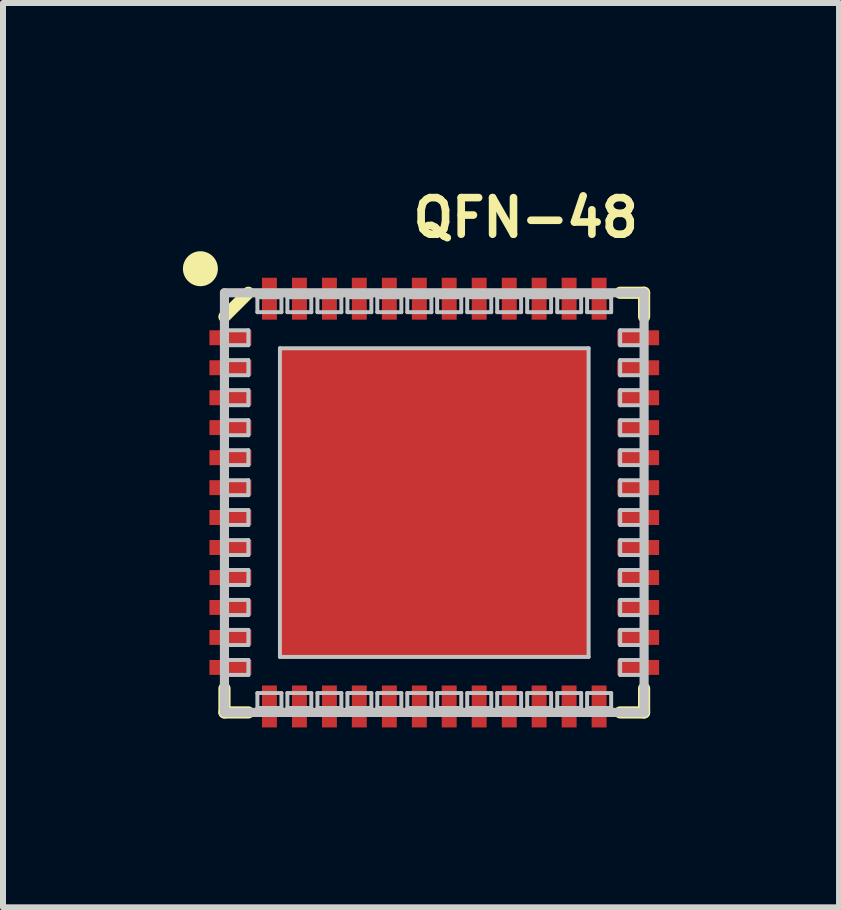
<source format=kicad_pcb>
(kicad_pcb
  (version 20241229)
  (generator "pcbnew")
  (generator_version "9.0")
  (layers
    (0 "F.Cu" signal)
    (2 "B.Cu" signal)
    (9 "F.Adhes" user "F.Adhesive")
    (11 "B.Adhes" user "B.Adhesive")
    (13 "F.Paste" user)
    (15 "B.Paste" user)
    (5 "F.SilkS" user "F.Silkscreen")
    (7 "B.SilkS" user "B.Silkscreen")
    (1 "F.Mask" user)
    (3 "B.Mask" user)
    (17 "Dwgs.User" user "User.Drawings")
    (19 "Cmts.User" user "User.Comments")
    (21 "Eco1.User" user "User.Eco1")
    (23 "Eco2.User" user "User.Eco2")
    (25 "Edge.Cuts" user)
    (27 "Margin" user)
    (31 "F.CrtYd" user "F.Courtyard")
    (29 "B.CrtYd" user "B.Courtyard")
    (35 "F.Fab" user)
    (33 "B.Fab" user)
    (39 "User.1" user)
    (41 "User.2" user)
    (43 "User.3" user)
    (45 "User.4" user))
  (footprint "QFN-48"
    (layer "F.Cu")
    (at 4.19 5.329)
    (property "Reference" "QFN-48" (at 1.524 -4.75 0) (layer "F.SilkS") (effects (font (size 0.61 0.61) (thickness 0.127))))
    (attr smd)
    (fp_line (start -3.498 -3.099) (end -3.099 -3.498) (stroke (width 0.203) (type solid)) (layer "F.SilkS"))
    (fp_line (start -3.498 3.498) (end -3.498 3.099) (stroke (width 0.203) (type solid)) (layer "F.SilkS"))
    (fp_line (start -3.099 3.498) (end -3.498 3.498) (stroke (width 0.203) (type solid)) (layer "F.SilkS"))
    (fp_line (start 3.099 -3.498) (end 3.498 -3.498) (stroke (width 0.203) (type solid)) (layer "F.SilkS"))
    (fp_line (start 3.498 -3.498) (end 3.498 -3.099) (stroke (width 0.203) (type solid)) (layer "F.SilkS"))
    (fp_line (start 3.498 3.099) (end 3.498 3.498) (stroke (width 0.203) (type solid)) (layer "F.SilkS"))
    (fp_line (start 3.498 3.498) (end 3.099 3.498) (stroke (width 0.203) (type solid)) (layer "F.SilkS"))
    (fp_circle (center -3.899 -3.899) (end -4.105 -4.105) (stroke (width 0) (type solid)) (fill yes) (layer "F.SilkS"))
    (fp_line (start -3.498 -3.498) (end -3.498 3.498) (stroke (width 0.152) (type solid)) (layer "Dwgs.User"))
    (fp_line (start -3.498 -2.873) (end -3.099 -2.873) (stroke (width 0.066) (type solid)) (layer "Dwgs.User"))
    (fp_line (start -3.498 -2.624) (end -3.498 -2.873) (stroke (width 0.066) (type solid)) (layer "Dwgs.User"))
    (fp_line (start -3.498 -2.624) (end -3.099 -2.624) (stroke (width 0.066) (type solid)) (layer "Dwgs.User"))
    (fp_line (start -3.498 -2.375) (end -3.099 -2.375) (stroke (width 0.066) (type solid)) (layer "Dwgs.User"))
    (fp_line (start -3.498 -2.123) (end -3.498 -2.375) (stroke (width 0.066) (type solid)) (layer "Dwgs.User"))
    (fp_line (start -3.498 -2.123) (end -3.099 -2.123) (stroke (width 0.066) (type solid)) (layer "Dwgs.User"))
    (fp_line (start -3.498 -1.875) (end -3.099 -1.875) (stroke (width 0.066) (type solid)) (layer "Dwgs.User"))
    (fp_line (start -3.498 -1.623) (end -3.498 -1.875) (stroke (width 0.066) (type solid)) (layer "Dwgs.User"))
    (fp_line (start -3.498 -1.623) (end -3.099 -1.623) (stroke (width 0.066) (type solid)) (layer "Dwgs.User"))
    (fp_line (start -3.498 -1.374) (end -3.099 -1.374) (stroke (width 0.066) (type solid)) (layer "Dwgs.User"))
    (fp_line (start -3.498 -1.123) (end -3.498 -1.374) (stroke (width 0.066) (type solid)) (layer "Dwgs.User"))
    (fp_line (start -3.498 -1.123) (end -3.099 -1.123) (stroke (width 0.066) (type solid)) (layer "Dwgs.User"))
    (fp_line (start -3.498 -0.874) (end -3.099 -0.874) (stroke (width 0.066) (type solid)) (layer "Dwgs.User"))
    (fp_line (start -3.498 -0.625) (end -3.498 -0.874) (stroke (width 0.066) (type solid)) (layer "Dwgs.User"))
    (fp_line (start -3.498 -0.625) (end -3.099 -0.625) (stroke (width 0.066) (type solid)) (layer "Dwgs.User"))
    (fp_line (start -3.498 -0.373) (end -3.099 -0.373) (stroke (width 0.066) (type solid)) (layer "Dwgs.User"))
    (fp_line (start -3.498 -0.124) (end -3.498 -0.373) (stroke (width 0.066) (type solid)) (layer "Dwgs.User"))
    (fp_line (start -3.498 -0.124) (end -3.099 -0.124) (stroke (width 0.066) (type solid)) (layer "Dwgs.User"))
    (fp_line (start -3.498 0.124) (end -3.099 0.124) (stroke (width 0.066) (type solid)) (layer "Dwgs.User"))
    (fp_line (start -3.498 0.373) (end -3.498 0.124) (stroke (width 0.066) (type solid)) (layer "Dwgs.User"))
    (fp_line (start -3.498 0.373) (end -3.099 0.373) (stroke (width 0.066) (type solid)) (layer "Dwgs.User"))
    (fp_line (start -3.498 0.625) (end -3.099 0.625) (stroke (width 0.066) (type solid)) (layer "Dwgs.User"))
    (fp_line (start -3.498 0.874) (end -3.498 0.625) (stroke (width 0.066) (type solid)) (layer "Dwgs.User"))
    (fp_line (start -3.498 0.874) (end -3.099 0.874) (stroke (width 0.066) (type solid)) (layer "Dwgs.User"))
    (fp_line (start -3.498 1.123) (end -3.099 1.123) (stroke (width 0.066) (type solid)) (layer "Dwgs.User"))
    (fp_line (start -3.498 1.374) (end -3.498 1.123) (stroke (width 0.066) (type solid)) (layer "Dwgs.User"))
    (fp_line (start -3.498 1.374) (end -3.099 1.374) (stroke (width 0.066) (type solid)) (layer "Dwgs.User"))
    (fp_line (start -3.498 1.623) (end -3.099 1.623) (stroke (width 0.066) (type solid)) (layer "Dwgs.User"))
    (fp_line (start -3.498 1.875) (end -3.498 1.623) (stroke (width 0.066) (type solid)) (layer "Dwgs.User"))
    (fp_line (start -3.498 1.875) (end -3.099 1.875) (stroke (width 0.066) (type solid)) (layer "Dwgs.User"))
    (fp_line (start -3.498 2.123) (end -3.099 2.123) (stroke (width 0.066) (type solid)) (layer "Dwgs.User"))
    (fp_line (start -3.498 2.375) (end -3.498 2.123) (stroke (width 0.066) (type solid)) (layer "Dwgs.User"))
    (fp_line (start -3.498 2.375) (end -3.099 2.375) (stroke (width 0.066) (type solid)) (layer "Dwgs.User"))
    (fp_line (start -3.498 2.624) (end -3.099 2.624) (stroke (width 0.066) (type solid)) (layer "Dwgs.User"))
    (fp_line (start -3.498 2.873) (end -3.498 2.624) (stroke (width 0.066) (type solid)) (layer "Dwgs.User"))
    (fp_line (start -3.498 2.873) (end -3.099 2.873) (stroke (width 0.066) (type solid)) (layer "Dwgs.User"))
    (fp_line (start -3.498 3.498) (end 3.498 3.498) (stroke (width 0.152) (type solid)) (layer "Dwgs.User"))
    (fp_line (start -3.099 -2.624) (end -3.099 -2.873) (stroke (width 0.066) (type solid)) (layer "Dwgs.User"))
    (fp_line (start -3.099 -2.123) (end -3.099 -2.375) (stroke (width 0.066) (type solid)) (layer "Dwgs.User"))
    (fp_line (start -3.099 -1.623) (end -3.099 -1.875) (stroke (width 0.066) (type solid)) (layer "Dwgs.User"))
    (fp_line (start -3.099 -1.123) (end -3.099 -1.374) (stroke (width 0.066) (type solid)) (layer "Dwgs.User"))
    (fp_line (start -3.099 -0.625) (end -3.099 -0.874) (stroke (width 0.066) (type solid)) (layer "Dwgs.User"))
    (fp_line (start -3.099 -0.124) (end -3.099 -0.373) (stroke (width 0.066) (type solid)) (layer "Dwgs.User"))
    (fp_line (start -3.099 0.373) (end -3.099 0.124) (stroke (width 0.066) (type solid)) (layer "Dwgs.User"))
    (fp_line (start -3.099 0.874) (end -3.099 0.625) (stroke (width 0.066) (type solid)) (layer "Dwgs.User"))
    (fp_line (start -3.099 1.374) (end -3.099 1.123) (stroke (width 0.066) (type solid)) (layer "Dwgs.User"))
    (fp_line (start -3.099 1.875) (end -3.099 1.623) (stroke (width 0.066) (type solid)) (layer "Dwgs.User"))
    (fp_line (start -3.099 2.375) (end -3.099 2.123) (stroke (width 0.066) (type solid)) (layer "Dwgs.User"))
    (fp_line (start -3.099 2.873) (end -3.099 2.624) (stroke (width 0.066) (type solid)) (layer "Dwgs.User"))
    (fp_line (start -2.949 -3.424) (end -2.548 -3.424) (stroke (width 0.066) (type solid)) (layer "Dwgs.User"))
    (fp_line (start -2.949 -3.175) (end -2.949 -3.424) (stroke (width 0.066) (type solid)) (layer "Dwgs.User"))
    (fp_line (start -2.949 -3.175) (end -2.548 -3.175) (stroke (width 0.066) (type solid)) (layer "Dwgs.User"))
    (fp_line (start -2.949 3.175) (end -2.548 3.175) (stroke (width 0.066) (type solid)) (layer "Dwgs.User"))
    (fp_line (start -2.949 3.424) (end -2.949 3.175) (stroke (width 0.066) (type solid)) (layer "Dwgs.User"))
    (fp_line (start -2.949 3.424) (end -2.548 3.424) (stroke (width 0.066) (type solid)) (layer "Dwgs.User"))
    (fp_line (start -2.573 -2.573) (end 2.573 -2.573) (stroke (width 0.066) (type solid)) (layer "Dwgs.User"))
    (fp_line (start -2.573 2.573) (end -2.573 -2.573) (stroke (width 0.066) (type solid)) (layer "Dwgs.User"))
    (fp_line (start -2.573 2.573) (end 2.573 2.573) (stroke (width 0.066) (type solid)) (layer "Dwgs.User"))
    (fp_line (start -2.548 -3.175) (end -2.548 -3.424) (stroke (width 0.066) (type solid)) (layer "Dwgs.User"))
    (fp_line (start -2.548 3.424) (end -2.548 3.175) (stroke (width 0.066) (type solid)) (layer "Dwgs.User"))
    (fp_line (start -2.449 -3.424) (end -2.05 -3.424) (stroke (width 0.066) (type solid)) (layer "Dwgs.User"))
    (fp_line (start -2.449 -3.175) (end -2.449 -3.424) (stroke (width 0.066) (type solid)) (layer "Dwgs.User"))
    (fp_line (start -2.449 -3.175) (end -2.05 -3.175) (stroke (width 0.066) (type solid)) (layer "Dwgs.User"))
    (fp_line (start -2.449 3.175) (end -2.05 3.175) (stroke (width 0.066) (type solid)) (layer "Dwgs.User"))
    (fp_line (start -2.449 3.424) (end -2.449 3.175) (stroke (width 0.066) (type solid)) (layer "Dwgs.User"))
    (fp_line (start -2.449 3.424) (end -2.05 3.424) (stroke (width 0.066) (type solid)) (layer "Dwgs.User"))
    (fp_line (start -2.05 -3.175) (end -2.05 -3.424) (stroke (width 0.066) (type solid)) (layer "Dwgs.User"))
    (fp_line (start -2.05 3.424) (end -2.05 3.175) (stroke (width 0.066) (type solid)) (layer "Dwgs.User"))
    (fp_line (start -1.948 -3.424) (end -1.549 -3.424) (stroke (width 0.066) (type solid)) (layer "Dwgs.User"))
    (fp_line (start -1.948 -3.175) (end -1.948 -3.424) (stroke (width 0.066) (type solid)) (layer "Dwgs.User"))
    (fp_line (start -1.948 -3.175) (end -1.549 -3.175) (stroke (width 0.066) (type solid)) (layer "Dwgs.User"))
    (fp_line (start -1.948 3.175) (end -1.549 3.175) (stroke (width 0.066) (type solid)) (layer "Dwgs.User"))
    (fp_line (start -1.948 3.424) (end -1.948 3.175) (stroke (width 0.066) (type solid)) (layer "Dwgs.User"))
    (fp_line (start -1.948 3.424) (end -1.549 3.424) (stroke (width 0.066) (type solid)) (layer "Dwgs.User"))
    (fp_line (start -1.549 -3.175) (end -1.549 -3.424) (stroke (width 0.066) (type solid)) (layer "Dwgs.User"))
    (fp_line (start -1.549 3.424) (end -1.549 3.175) (stroke (width 0.066) (type solid)) (layer "Dwgs.User"))
    (fp_line (start -1.448 -3.424) (end -1.049 -3.424) (stroke (width 0.066) (type solid)) (layer "Dwgs.User"))
    (fp_line (start -1.448 -3.175) (end -1.448 -3.424) (stroke (width 0.066) (type solid)) (layer "Dwgs.User"))
    (fp_line (start -1.448 -3.175) (end -1.049 -3.175) (stroke (width 0.066) (type solid)) (layer "Dwgs.User"))
    (fp_line (start -1.448 3.175) (end -1.049 3.175) (stroke (width 0.066) (type solid)) (layer "Dwgs.User"))
    (fp_line (start -1.448 3.424) (end -1.448 3.175) (stroke (width 0.066) (type solid)) (layer "Dwgs.User"))
    (fp_line (start -1.448 3.424) (end -1.049 3.424) (stroke (width 0.066) (type solid)) (layer "Dwgs.User"))
    (fp_line (start -1.049 -3.175) (end -1.049 -3.424) (stroke (width 0.066) (type solid)) (layer "Dwgs.User"))
    (fp_line (start -1.049 3.424) (end -1.049 3.175) (stroke (width 0.066) (type solid)) (layer "Dwgs.User"))
    (fp_line (start -0.95 -3.424) (end -0.549 -3.424) (stroke (width 0.066) (type solid)) (layer "Dwgs.User"))
    (fp_line (start -0.95 -3.175) (end -0.95 -3.424) (stroke (width 0.066) (type solid)) (layer "Dwgs.User"))
    (fp_line (start -0.95 -3.175) (end -0.549 -3.175) (stroke (width 0.066) (type solid)) (layer "Dwgs.User"))
    (fp_line (start -0.95 3.175) (end -0.549 3.175) (stroke (width 0.066) (type solid)) (layer "Dwgs.User"))
    (fp_line (start -0.95 3.424) (end -0.95 3.175) (stroke (width 0.066) (type solid)) (layer "Dwgs.User"))
    (fp_line (start -0.95 3.424) (end -0.549 3.424) (stroke (width 0.066) (type solid)) (layer "Dwgs.User"))
    (fp_line (start -0.549 -3.175) (end -0.549 -3.424) (stroke (width 0.066) (type solid)) (layer "Dwgs.User"))
    (fp_line (start -0.549 3.424) (end -0.549 3.175) (stroke (width 0.066) (type solid)) (layer "Dwgs.User"))
    (fp_line (start -0.45 -3.424) (end -0.048 -3.424) (stroke (width 0.066) (type solid)) (layer "Dwgs.User"))
    (fp_line (start -0.45 -3.175) (end -0.45 -3.424) (stroke (width 0.066) (type solid)) (layer "Dwgs.User"))
    (fp_line (start -0.45 -3.175) (end -0.048 -3.175) (stroke (width 0.066) (type solid)) (layer "Dwgs.User"))
    (fp_line (start -0.45 3.175) (end -0.048 3.175) (stroke (width 0.066) (type solid)) (layer "Dwgs.User"))
    (fp_line (start -0.45 3.424) (end -0.45 3.175) (stroke (width 0.066) (type solid)) (layer "Dwgs.User"))
    (fp_line (start -0.45 3.424) (end -0.048 3.424) (stroke (width 0.066) (type solid)) (layer "Dwgs.User"))
    (fp_line (start -0.048 -3.175) (end -0.048 -3.424) (stroke (width 0.066) (type solid)) (layer "Dwgs.User"))
    (fp_line (start -0.048 3.424) (end -0.048 3.175) (stroke (width 0.066) (type solid)) (layer "Dwgs.User"))
    (fp_line (start 0.048 -3.424) (end 0.45 -3.424) (stroke (width 0.066) (type solid)) (layer "Dwgs.User"))
    (fp_line (start 0.048 -3.175) (end 0.048 -3.424) (stroke (width 0.066) (type solid)) (layer "Dwgs.User"))
    (fp_line (start 0.048 -3.175) (end 0.45 -3.175) (stroke (width 0.066) (type solid)) (layer "Dwgs.User"))
    (fp_line (start 0.048 3.175) (end 0.45 3.175) (stroke (width 0.066) (type solid)) (layer "Dwgs.User"))
    (fp_line (start 0.048 3.424) (end 0.048 3.175) (stroke (width 0.066) (type solid)) (layer "Dwgs.User"))
    (fp_line (start 0.048 3.424) (end 0.45 3.424) (stroke (width 0.066) (type solid)) (layer "Dwgs.User"))
    (fp_line (start 0.45 -3.175) (end 0.45 -3.424) (stroke (width 0.066) (type solid)) (layer "Dwgs.User"))
    (fp_line (start 0.45 3.424) (end 0.45 3.175) (stroke (width 0.066) (type solid)) (layer "Dwgs.User"))
    (fp_line (start 0.549 -3.424) (end 0.95 -3.424) (stroke (width 0.066) (type solid)) (layer "Dwgs.User"))
    (fp_line (start 0.549 -3.175) (end 0.549 -3.424) (stroke (width 0.066) (type solid)) (layer "Dwgs.User"))
    (fp_line (start 0.549 -3.175) (end 0.95 -3.175) (stroke (width 0.066) (type solid)) (layer "Dwgs.User"))
    (fp_line (start 0.549 3.175) (end 0.95 3.175) (stroke (width 0.066) (type solid)) (layer "Dwgs.User"))
    (fp_line (start 0.549 3.424) (end 0.549 3.175) (stroke (width 0.066) (type solid)) (layer "Dwgs.User"))
    (fp_line (start 0.549 3.424) (end 0.95 3.424) (stroke (width 0.066) (type solid)) (layer "Dwgs.User"))
    (fp_line (start 0.95 -3.175) (end 0.95 -3.424) (stroke (width 0.066) (type solid)) (layer "Dwgs.User"))
    (fp_line (start 0.95 3.424) (end 0.95 3.175) (stroke (width 0.066) (type solid)) (layer "Dwgs.User"))
    (fp_line (start 1.049 -3.424) (end 1.448 -3.424) (stroke (width 0.066) (type solid)) (layer "Dwgs.User"))
    (fp_line (start 1.049 -3.175) (end 1.049 -3.424) (stroke (width 0.066) (type solid)) (layer "Dwgs.User"))
    (fp_line (start 1.049 -3.175) (end 1.448 -3.175) (stroke (width 0.066) (type solid)) (layer "Dwgs.User"))
    (fp_line (start 1.049 3.175) (end 1.448 3.175) (stroke (width 0.066) (type solid)) (layer "Dwgs.User"))
    (fp_line (start 1.049 3.424) (end 1.049 3.175) (stroke (width 0.066) (type solid)) (layer "Dwgs.User"))
    (fp_line (start 1.049 3.424) (end 1.448 3.424) (stroke (width 0.066) (type solid)) (layer "Dwgs.User"))
    (fp_line (start 1.448 -3.175) (end 1.448 -3.424) (stroke (width 0.066) (type solid)) (layer "Dwgs.User"))
    (fp_line (start 1.448 3.424) (end 1.448 3.175) (stroke (width 0.066) (type solid)) (layer "Dwgs.User"))
    (fp_line (start 1.549 -3.424) (end 1.948 -3.424) (stroke (width 0.066) (type solid)) (layer "Dwgs.User"))
    (fp_line (start 1.549 -3.175) (end 1.549 -3.424) (stroke (width 0.066) (type solid)) (layer "Dwgs.User"))
    (fp_line (start 1.549 -3.175) (end 1.948 -3.175) (stroke (width 0.066) (type solid)) (layer "Dwgs.User"))
    (fp_line (start 1.549 3.175) (end 1.948 3.175) (stroke (width 0.066) (type solid)) (layer "Dwgs.User"))
    (fp_line (start 1.549 3.424) (end 1.549 3.175) (stroke (width 0.066) (type solid)) (layer "Dwgs.User"))
    (fp_line (start 1.549 3.424) (end 1.948 3.424) (stroke (width 0.066) (type solid)) (layer "Dwgs.User"))
    (fp_line (start 1.948 -3.175) (end 1.948 -3.424) (stroke (width 0.066) (type solid)) (layer "Dwgs.User"))
    (fp_line (start 1.948 3.424) (end 1.948 3.175) (stroke (width 0.066) (type solid)) (layer "Dwgs.User"))
    (fp_line (start 2.05 -3.424) (end 2.449 -3.424) (stroke (width 0.066) (type solid)) (layer "Dwgs.User"))
    (fp_line (start 2.05 -3.175) (end 2.05 -3.424) (stroke (width 0.066) (type solid)) (layer "Dwgs.User"))
    (fp_line (start 2.05 -3.175) (end 2.449 -3.175) (stroke (width 0.066) (type solid)) (layer "Dwgs.User"))
    (fp_line (start 2.05 3.175) (end 2.449 3.175) (stroke (width 0.066) (type solid)) (layer "Dwgs.User"))
    (fp_line (start 2.05 3.424) (end 2.05 3.175) (stroke (width 0.066) (type solid)) (layer "Dwgs.User"))
    (fp_line (start 2.05 3.424) (end 2.449 3.424) (stroke (width 0.066) (type solid)) (layer "Dwgs.User"))
    (fp_line (start 2.449 -3.175) (end 2.449 -3.424) (stroke (width 0.066) (type solid)) (layer "Dwgs.User"))
    (fp_line (start 2.449 3.424) (end 2.449 3.175) (stroke (width 0.066) (type solid)) (layer "Dwgs.User"))
    (fp_line (start 2.548 -3.424) (end 2.949 -3.424) (stroke (width 0.066) (type solid)) (layer "Dwgs.User"))
    (fp_line (start 2.548 -3.175) (end 2.548 -3.424) (stroke (width 0.066) (type solid)) (layer "Dwgs.User"))
    (fp_line (start 2.548 -3.175) (end 2.949 -3.175) (stroke (width 0.066) (type solid)) (layer "Dwgs.User"))
    (fp_line (start 2.548 3.175) (end 2.949 3.175) (stroke (width 0.066) (type solid)) (layer "Dwgs.User"))
    (fp_line (start 2.548 3.424) (end 2.548 3.175) (stroke (width 0.066) (type solid)) (layer "Dwgs.User"))
    (fp_line (start 2.548 3.424) (end 2.949 3.424) (stroke (width 0.066) (type solid)) (layer "Dwgs.User"))
    (fp_line (start 2.573 2.573) (end 2.573 -2.573) (stroke (width 0.066) (type solid)) (layer "Dwgs.User"))
    (fp_line (start 2.949 -3.175) (end 2.949 -3.424) (stroke (width 0.066) (type solid)) (layer "Dwgs.User"))
    (fp_line (start 2.949 3.424) (end 2.949 3.175) (stroke (width 0.066) (type solid)) (layer "Dwgs.User"))
    (fp_line (start 3.099 -2.873) (end 3.498 -2.873) (stroke (width 0.066) (type solid)) (layer "Dwgs.User"))
    (fp_line (start 3.099 -2.624) (end 3.099 -2.873) (stroke (width 0.066) (type solid)) (layer "Dwgs.User"))
    (fp_line (start 3.099 -2.624) (end 3.498 -2.624) (stroke (width 0.066) (type solid)) (layer "Dwgs.User"))
    (fp_line (start 3.099 -2.375) (end 3.498 -2.375) (stroke (width 0.066) (type solid)) (layer "Dwgs.User"))
    (fp_line (start 3.099 -2.123) (end 3.099 -2.375) (stroke (width 0.066) (type solid)) (layer "Dwgs.User"))
    (fp_line (start 3.099 -2.123) (end 3.498 -2.123) (stroke (width 0.066) (type solid)) (layer "Dwgs.User"))
    (fp_line (start 3.099 -1.875) (end 3.498 -1.875) (stroke (width 0.066) (type solid)) (layer "Dwgs.User"))
    (fp_line (start 3.099 -1.623) (end 3.099 -1.875) (stroke (width 0.066) (type solid)) (layer "Dwgs.User"))
    (fp_line (start 3.099 -1.623) (end 3.498 -1.623) (stroke (width 0.066) (type solid)) (layer "Dwgs.User"))
    (fp_line (start 3.099 -1.374) (end 3.498 -1.374) (stroke (width 0.066) (type solid)) (layer "Dwgs.User"))
    (fp_line (start 3.099 -1.123) (end 3.099 -1.374) (stroke (width 0.066) (type solid)) (layer "Dwgs.User"))
    (fp_line (start 3.099 -1.123) (end 3.498 -1.123) (stroke (width 0.066) (type solid)) (layer "Dwgs.User"))
    (fp_line (start 3.099 -0.874) (end 3.498 -0.874) (stroke (width 0.066) (type solid)) (layer "Dwgs.User"))
    (fp_line (start 3.099 -0.625) (end 3.099 -0.874) (stroke (width 0.066) (type solid)) (layer "Dwgs.User"))
    (fp_line (start 3.099 -0.625) (end 3.498 -0.625) (stroke (width 0.066) (type solid)) (layer "Dwgs.User"))
    (fp_line (start 3.099 -0.373) (end 3.498 -0.373) (stroke (width 0.066) (type solid)) (layer "Dwgs.User"))
    (fp_line (start 3.099 -0.124) (end 3.099 -0.373) (stroke (width 0.066) (type solid)) (layer "Dwgs.User"))
    (fp_line (start 3.099 -0.124) (end 3.498 -0.124) (stroke (width 0.066) (type solid)) (layer "Dwgs.User"))
    (fp_line (start 3.099 0.124) (end 3.498 0.124) (stroke (width 0.066) (type solid)) (layer "Dwgs.User"))
    (fp_line (start 3.099 0.373) (end 3.099 0.124) (stroke (width 0.066) (type solid)) (layer "Dwgs.User"))
    (fp_line (start 3.099 0.373) (end 3.498 0.373) (stroke (width 0.066) (type solid)) (layer "Dwgs.User"))
    (fp_line (start 3.099 0.625) (end 3.498 0.625) (stroke (width 0.066) (type solid)) (layer "Dwgs.User"))
    (fp_line (start 3.099 0.874) (end 3.099 0.625) (stroke (width 0.066) (type solid)) (layer "Dwgs.User"))
    (fp_line (start 3.099 0.874) (end 3.498 0.874) (stroke (width 0.066) (type solid)) (layer "Dwgs.User"))
    (fp_line (start 3.099 1.123) (end 3.498 1.123) (stroke (width 0.066) (type solid)) (layer "Dwgs.User"))
    (fp_line (start 3.099 1.374) (end 3.099 1.123) (stroke (width 0.066) (type solid)) (layer "Dwgs.User"))
    (fp_line (start 3.099 1.374) (end 3.498 1.374) (stroke (width 0.066) (type solid)) (layer "Dwgs.User"))
    (fp_line (start 3.099 1.623) (end 3.498 1.623) (stroke (width 0.066) (type solid)) (layer "Dwgs.User"))
    (fp_line (start 3.099 1.875) (end 3.099 1.623) (stroke (width 0.066) (type solid)) (layer "Dwgs.User"))
    (fp_line (start 3.099 1.875) (end 3.498 1.875) (stroke (width 0.066) (type solid)) (layer "Dwgs.User"))
    (fp_line (start 3.099 2.123) (end 3.498 2.123) (stroke (width 0.066) (type solid)) (layer "Dwgs.User"))
    (fp_line (start 3.099 2.375) (end 3.099 2.123) (stroke (width 0.066) (type solid)) (layer "Dwgs.User"))
    (fp_line (start 3.099 2.375) (end 3.498 2.375) (stroke (width 0.066) (type solid)) (layer "Dwgs.User"))
    (fp_line (start 3.099 2.624) (end 3.498 2.624) (stroke (width 0.066) (type solid)) (layer "Dwgs.User"))
    (fp_line (start 3.099 2.873) (end 3.099 2.624) (stroke (width 0.066) (type solid)) (layer "Dwgs.User"))
    (fp_line (start 3.099 2.873) (end 3.498 2.873) (stroke (width 0.066) (type solid)) (layer "Dwgs.User"))
    (fp_line (start 3.498 -3.498) (end -3.498 -3.498) (stroke (width 0.152) (type solid)) (layer "Dwgs.User"))
    (fp_line (start 3.498 -2.624) (end 3.498 -2.873) (stroke (width 0.066) (type solid)) (layer "Dwgs.User"))
    (fp_line (start 3.498 -2.123) (end 3.498 -2.375) (stroke (width 0.066) (type solid)) (layer "Dwgs.User"))
    (fp_line (start 3.498 -1.623) (end 3.498 -1.875) (stroke (width 0.066) (type solid)) (layer "Dwgs.User"))
    (fp_line (start 3.498 -1.123) (end 3.498 -1.374) (stroke (width 0.066) (type solid)) (layer "Dwgs.User"))
    (fp_line (start 3.498 -0.625) (end 3.498 -0.874) (stroke (width 0.066) (type solid)) (layer "Dwgs.User"))
    (fp_line (start 3.498 -0.124) (end 3.498 -0.373) (stroke (width 0.066) (type solid)) (layer "Dwgs.User"))
    (fp_line (start 3.498 0.373) (end 3.498 0.124) (stroke (width 0.066) (type solid)) (layer "Dwgs.User"))
    (fp_line (start 3.498 0.874) (end 3.498 0.625) (stroke (width 0.066) (type solid)) (layer "Dwgs.User"))
    (fp_line (start 3.498 1.374) (end 3.498 1.123) (stroke (width 0.066) (type solid)) (layer "Dwgs.User"))
    (fp_line (start 3.498 1.875) (end 3.498 1.623) (stroke (width 0.066) (type solid)) (layer "Dwgs.User"))
    (fp_line (start 3.498 2.375) (end 3.498 2.123) (stroke (width 0.066) (type solid)) (layer "Dwgs.User"))
    (fp_line (start 3.498 2.873) (end 3.498 2.624) (stroke (width 0.066) (type solid)) (layer "Dwgs.User"))
    (fp_line (start 3.498 3.498) (end 3.498 -3.498) (stroke (width 0.152) (type solid)) (layer "Dwgs.User"))
    (pad "1" smd rect (at -3.399 -2.748) (size 0.699 0.249) (layers "F.Cu" "F.Mask" "F.Paste"))
    (pad "2" smd rect (at -3.399 -2.248) (size 0.699 0.249) (layers "F.Cu" "F.Mask" "F.Paste"))
    (pad "3" smd rect (at -3.399 -1.748) (size 0.699 0.249) (layers "F.Cu" "F.Mask" "F.Paste"))
    (pad "4" smd rect (at -3.399 -1.25) (size 0.699 0.249) (layers "F.Cu" "F.Mask" "F.Paste"))
    (pad "5" smd rect (at -3.399 -0.749) (size 0.699 0.249) (layers "F.Cu" "F.Mask" "F.Paste"))
    (pad "6" smd rect (at -3.399 -0.249) (size 0.699 0.249) (layers "F.Cu" "F.Mask" "F.Paste"))
    (pad "7" smd rect (at -3.399 0.249) (size 0.699 0.249) (layers "F.Cu" "F.Mask" "F.Paste"))
    (pad "8" smd rect (at -3.399 0.749) (size 0.699 0.249) (layers "F.Cu" "F.Mask" "F.Paste"))
    (pad "9" smd rect (at -3.399 1.25) (size 0.699 0.249) (layers "F.Cu" "F.Mask" "F.Paste"))
    (pad "10" smd rect (at -3.399 1.748) (size 0.699 0.249) (layers "F.Cu" "F.Mask" "F.Paste"))
    (pad "11" smd rect (at -3.399 2.248) (size 0.699 0.249) (layers "F.Cu" "F.Mask" "F.Paste"))
    (pad "12" smd rect (at -3.399 2.748) (size 0.699 0.249) (layers "F.Cu" "F.Mask" "F.Paste"))
    (pad "13" smd rect (at -2.748 3.399 90) (size 0.699 0.249) (layers "F.Cu" "F.Mask" "F.Paste"))
    (pad "14" smd rect (at -2.248 3.399 90) (size 0.699 0.249) (layers "F.Cu" "F.Mask" "F.Paste"))
    (pad "15" smd rect (at -1.748 3.399 90) (size 0.699 0.249) (layers "F.Cu" "F.Mask" "F.Paste"))
    (pad "16" smd rect (at -1.25 3.399 90) (size 0.699 0.249) (layers "F.Cu" "F.Mask" "F.Paste"))
    (pad "17" smd rect (at -0.749 3.399 90) (size 0.699 0.249) (layers "F.Cu" "F.Mask" "F.Paste"))
    (pad "18" smd rect (at -0.249 3.399 90) (size 0.699 0.249) (layers "F.Cu" "F.Mask" "F.Paste"))
    (pad "19" smd rect (at 0.249 3.399 90) (size 0.699 0.249) (layers "F.Cu" "F.Mask" "F.Paste"))
    (pad "20" smd rect (at 0.749 3.399 90) (size 0.699 0.249) (layers "F.Cu" "F.Mask" "F.Paste"))
    (pad "21" smd rect (at 1.25 3.399 90) (size 0.699 0.249) (layers "F.Cu" "F.Mask" "F.Paste"))
    (pad "22" smd rect (at 1.748 3.399 90) (size 0.699 0.249) (layers "F.Cu" "F.Mask" "F.Paste"))
    (pad "23" smd rect (at 2.248 3.399 90) (size 0.699 0.249) (layers "F.Cu" "F.Mask" "F.Paste"))
    (pad "24" smd rect (at 2.748 3.399 90) (size 0.699 0.249) (layers "F.Cu" "F.Mask" "F.Paste"))
    (pad "25" smd rect (at 3.399 2.748 180) (size 0.699 0.249) (layers "F.Cu" "F.Mask" "F.Paste"))
    (pad "26" smd rect (at 3.399 2.248 180) (size 0.699 0.249) (layers "F.Cu" "F.Mask" "F.Paste"))
    (pad "27" smd rect (at 3.399 1.748 180) (size 0.699 0.249) (layers "F.Cu" "F.Mask" "F.Paste"))
    (pad "28" smd rect (at 3.399 1.25 180) (size 0.699 0.249) (layers "F.Cu" "F.Mask" "F.Paste"))
    (pad "29" smd rect (at 3.399 0.749 180) (size 0.699 0.249) (layers "F.Cu" "F.Mask" "F.Paste"))
    (pad "30" smd rect (at 3.399 0.249 180) (size 0.699 0.249) (layers "F.Cu" "F.Mask" "F.Paste"))
    (pad "31" smd rect (at 3.399 -0.249 180) (size 0.699 0.249) (layers "F.Cu" "F.Mask" "F.Paste"))
    (pad "32" smd rect (at 3.399 -0.749 180) (size 0.699 0.249) (layers "F.Cu" "F.Mask" "F.Paste"))
    (pad "33" smd rect (at 3.399 -1.25 180) (size 0.699 0.249) (layers "F.Cu" "F.Mask" "F.Paste"))
    (pad "34" smd rect (at 3.399 -1.748 180) (size 0.699 0.249) (layers "F.Cu" "F.Mask" "F.Paste"))
    (pad "35" smd rect (at 3.399 -2.248 180) (size 0.699 0.249) (layers "F.Cu" "F.Mask" "F.Paste"))
    (pad "36" smd rect (at 3.399 -2.748 180) (size 0.699 0.249) (layers "F.Cu" "F.Mask" "F.Paste"))
    (pad "37" smd rect (at 2.748 -3.399 270) (size 0.699 0.249) (layers "F.Cu" "F.Mask" "F.Paste"))
    (pad "38" smd rect (at 2.248 -3.399 270) (size 0.699 0.249) (layers "F.Cu" "F.Mask" "F.Paste"))
    (pad "39" smd rect (at 1.748 -3.399 270) (size 0.699 0.249) (layers "F.Cu" "F.Mask" "F.Paste"))
    (pad "40" smd rect (at 1.25 -3.399 270) (size 0.699 0.249) (layers "F.Cu" "F.Mask" "F.Paste"))
    (pad "41" smd rect (at 0.749 -3.399 270) (size 0.699 0.249) (layers "F.Cu" "F.Mask" "F.Paste"))
    (pad "42" smd rect (at 0.249 -3.399 270) (size 0.699 0.249) (layers "F.Cu" "F.Mask" "F.Paste"))
    (pad "43" smd rect (at -0.249 -3.399 270) (size 0.699 0.249) (layers "F.Cu" "F.Mask" "F.Paste"))
    (pad "44" smd rect (at -0.749 -3.399 270) (size 0.699 0.249) (layers "F.Cu" "F.Mask" "F.Paste"))
    (pad "45" smd rect (at -1.25 -3.399 270) (size 0.699 0.249) (layers "F.Cu" "F.Mask" "F.Paste"))
    (pad "46" smd rect (at -1.748 -3.399 270) (size 0.699 0.249) (layers "F.Cu" "F.Mask" "F.Paste"))
    (pad "47" smd rect (at -2.248 -3.399 270) (size 0.699 0.249) (layers "F.Cu" "F.Mask" "F.Paste"))
    (pad "48" smd rect (at -2.748 -3.399 270) (size 0.699 0.249) (layers "F.Cu" "F.Mask" "F.Paste"))
    (pad "EP" smd rect (at 0 0) (size 5.149 5.149) (layers "F.Cu" "F.Mask" "F.Paste")))
  (gr_rect
    (start -3 -3)
    (end 10.938 12.077)
    (stroke (width 0.1) (type default))
    (fill no)
    (layer "Edge.Cuts")))
</source>
